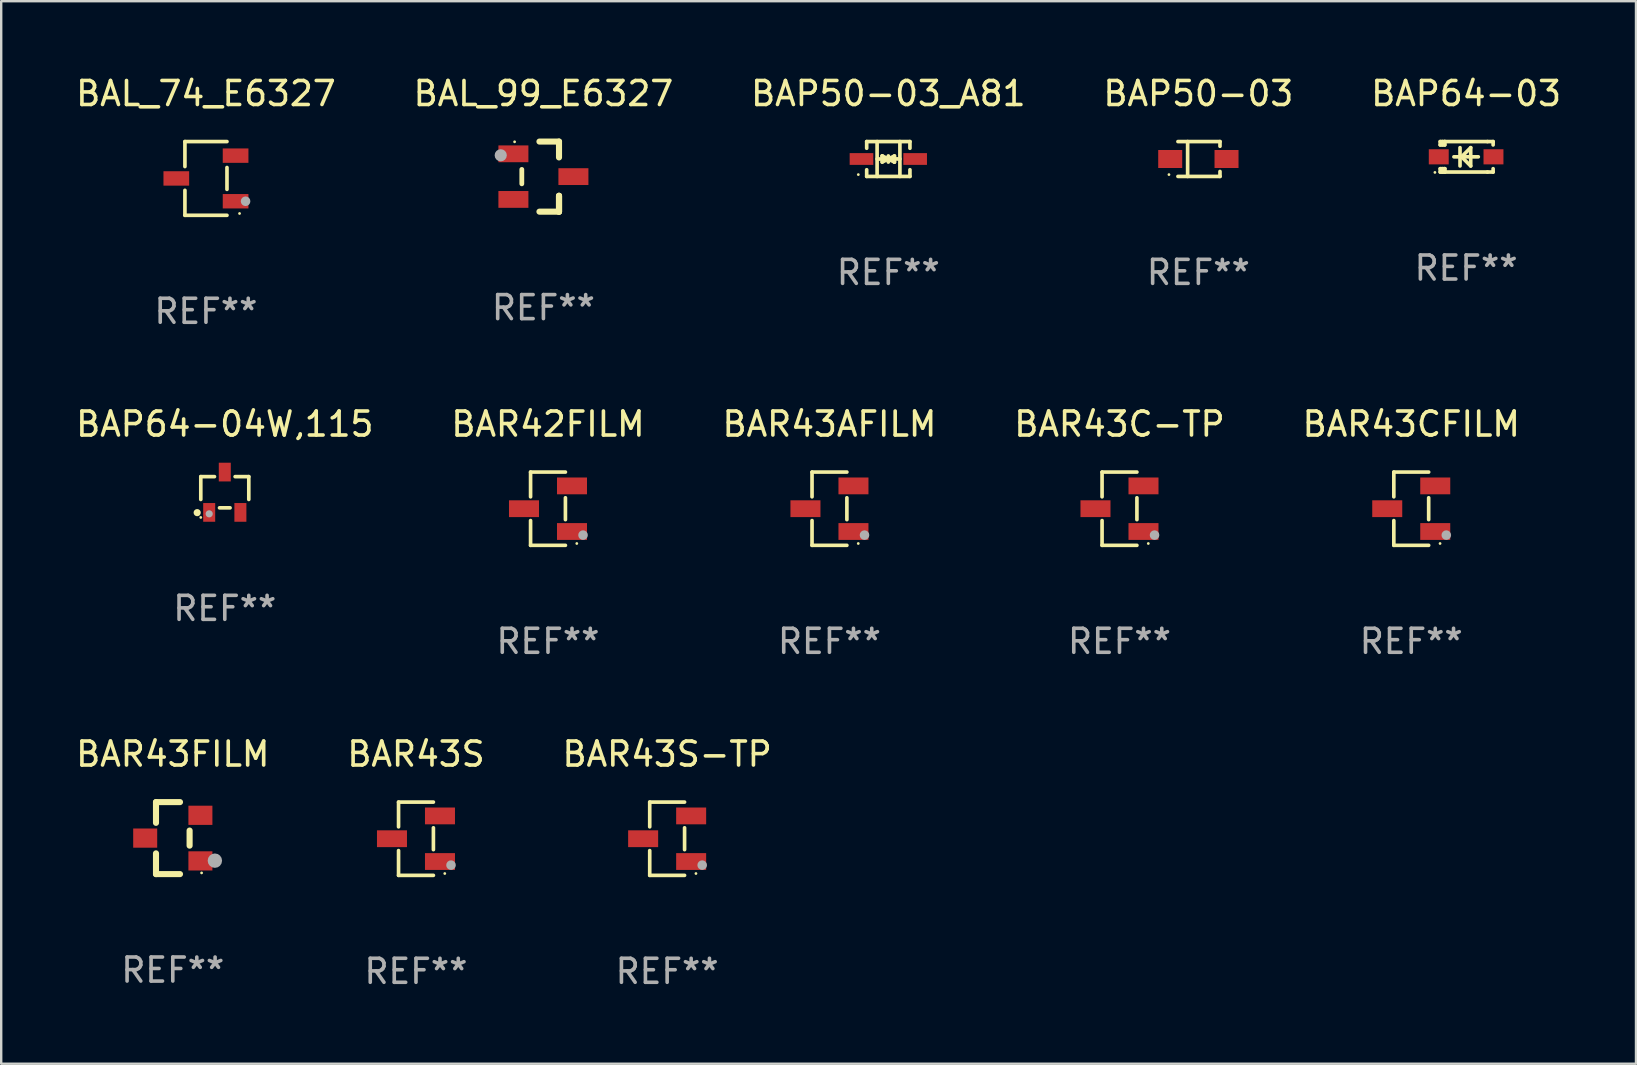
<source format=kicad_pcb>
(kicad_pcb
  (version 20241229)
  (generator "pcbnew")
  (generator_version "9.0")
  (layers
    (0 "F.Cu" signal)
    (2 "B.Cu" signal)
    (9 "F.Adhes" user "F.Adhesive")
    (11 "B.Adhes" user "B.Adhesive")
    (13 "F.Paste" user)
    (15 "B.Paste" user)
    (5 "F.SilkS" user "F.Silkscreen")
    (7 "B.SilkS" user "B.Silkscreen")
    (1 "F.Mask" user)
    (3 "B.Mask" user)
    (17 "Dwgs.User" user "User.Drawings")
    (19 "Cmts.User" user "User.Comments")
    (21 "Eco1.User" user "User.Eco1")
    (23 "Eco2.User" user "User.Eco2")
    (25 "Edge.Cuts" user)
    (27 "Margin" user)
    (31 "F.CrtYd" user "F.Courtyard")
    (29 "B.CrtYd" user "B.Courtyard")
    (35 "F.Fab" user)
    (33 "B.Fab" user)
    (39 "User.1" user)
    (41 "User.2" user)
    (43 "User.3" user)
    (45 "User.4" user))
  (footprint "BAR43FILM"
    (layer "F.Cu")
    (at 4.149 31.866)
    (property "Reference" "BAR43FILM" (at 0 -3.5 0) (layer "F.SilkS") (effects (font (size 1 1) (thickness 0.15))))
    (attr through_hole)
    (fp_line (start -0.7 -1.5) (end 0.3 -1.5) (stroke (width 0.254) (type solid)) (layer "F.SilkS"))
    (fp_line (start -0.7 -0.636) (end -0.7 -1.5) (stroke (width 0.254) (type solid)) (layer "F.SilkS"))
    (fp_line (start -0.7 1.5) (end -0.7 0.636) (stroke (width 0.254) (type solid)) (layer "F.SilkS"))
    (fp_line (start -0.7 1.5) (end 0.3 1.5) (stroke (width 0.254) (type solid)) (layer "F.SilkS"))
    (fp_line (start 0.7 0.314) (end 0.7 -0.314) (stroke (width 0.254) (type solid)) (layer "F.SilkS"))
    (fp_circle (center 1.2 1.45) (end 1.23 1.45) (stroke (width 0.06) (type solid)) (fill no) (layer "F.SilkS"))
    (fp_circle (center 1.753 0.94) (end 1.903 0.94) (stroke (width 0.3) (type solid)) (fill no) (layer "F.Fab"))
    (fp_text user "REF**" (at 0 5.5 0) (layer "F.Fab") (effects (font (size 1 1) (thickness 0.15))))
    (pad "1" smd rect (at 1.15 0.95 180) (size 1 0.8) (layers "F.Cu" "F.Mask" "F.Paste"))
    (pad "2" smd rect (at 1.15 -0.95 180) (size 1 0.8) (layers "F.Cu" "F.Mask" "F.Paste"))
    (pad "3" smd rect (at -1.15 -0.000051 180) (size 1 0.8) (layers "F.Cu" "F.Mask" "F.Paste")))
  (footprint "BAR42FILM"
    (layer "F.Cu")
    (at 19.78 18.143)
    (property "Reference" "BAR42FILM" (at 0 -3.526 0) (layer "F.SilkS") (effects (font (size 1 1) (thickness 0.15))))
    (attr through_hole)
    (fp_line (start -0.726 -1.526) (end -0.726 -0.495) (stroke (width 0.152) (type solid)) (layer "F.SilkS"))
    (fp_line (start -0.726 1.526) (end -0.726 0.495) (stroke (width 0.152) (type solid)) (layer "F.SilkS"))
    (fp_line (start 0.726 -1.526) (end -0.726 -1.526) (stroke (width 0.152) (type solid)) (layer "F.SilkS"))
    (fp_line (start 0.726 -0.455) (end 0.726 0.455) (stroke (width 0.152) (type solid)) (layer "F.SilkS"))
    (fp_line (start 0.726 1.526) (end -0.726 1.526) (stroke (width 0.152) (type solid)) (layer "F.SilkS"))
    (fp_circle (center 1.2 1.45) (end 1.23 1.45) (stroke (width 0.06) (type solid)) (fill no) (layer "F.SilkS"))
    (fp_circle (center 1.46 1.1) (end 1.56 1.1) (stroke (width 0.2) (type solid)) (fill no) (layer "F.Fab"))
    (fp_text user "REF**" (at 0 5.526 0) (layer "F.Fab") (effects (font (size 1 1) (thickness 0.15))))
    (pad "1" smd rect (at 1 0.95) (size 1.25 0.7) (layers "F.Cu" "F.Mask" "F.Paste"))
    (pad "2" smd rect (at 1 -0.95) (size 1.25 0.7) (layers "F.Cu" "F.Mask" "F.Paste"))
    (pad "3" smd rect (at -1 0) (size 1.25 0.7) (layers "F.Cu" "F.Mask" "F.Paste")))
  (footprint "BAR43CFILM"
    (layer "F.Cu")
    (at 55.744 18.143)
    (property "Reference" "BAR43CFILM" (at 0 -3.526 0) (layer "F.SilkS") (effects (font (size 1 1) (thickness 0.15))))
    (attr through_hole)
    (fp_line (start -0.726 -1.526) (end -0.726 -0.495) (stroke (width 0.152) (type solid)) (layer "F.SilkS"))
    (fp_line (start -0.726 1.526) (end -0.726 0.495) (stroke (width 0.152) (type solid)) (layer "F.SilkS"))
    (fp_line (start 0.726 -1.526) (end -0.726 -1.526) (stroke (width 0.152) (type solid)) (layer "F.SilkS"))
    (fp_line (start 0.726 -0.455) (end 0.726 0.455) (stroke (width 0.152) (type solid)) (layer "F.SilkS"))
    (fp_line (start 0.726 1.526) (end -0.726 1.526) (stroke (width 0.152) (type solid)) (layer "F.SilkS"))
    (fp_circle (center 1.2 1.45) (end 1.23 1.45) (stroke (width 0.06) (type solid)) (fill no) (layer "F.SilkS"))
    (fp_circle (center 1.46 1.1) (end 1.56 1.1) (stroke (width 0.2) (type solid)) (fill no) (layer "F.Fab"))
    (fp_text user "REF**" (at 0 5.526 0) (layer "F.Fab") (effects (font (size 1 1) (thickness 0.15))))
    (pad "1" smd rect (at 1 0.95) (size 1.25 0.7) (layers "F.Cu" "F.Mask" "F.Paste"))
    (pad "2" smd rect (at 1 -0.95) (size 1.25 0.7) (layers "F.Cu" "F.Mask" "F.Paste"))
    (pad "3" smd rect (at -1 0) (size 1.25 0.7) (layers "F.Cu" "F.Mask" "F.Paste")))
  (footprint "BAP64-03"
    (layer "F.Cu")
    (at 58.03 3.483)
    (property "Reference" "BAP64-03" (at 0 -2.635 0) (layer "F.SilkS") (effects (font (size 1 1) (thickness 0.15))))
    (attr through_hole)
    (fp_line (start -1.08 -0.635) (end -1.08 -0.495) (stroke (width 0.152) (type solid)) (layer "F.SilkS"))
    (fp_line (start -1.08 0.495) (end -1.08 0.635) (stroke (width 0.152) (type solid)) (layer "F.SilkS"))
    (fp_line (start -1.08 0.495) (end -0.889 0.495) (stroke (width 0.152) (type solid)) (layer "F.SilkS"))
    (fp_line (start -1.08 0.635) (end -0.889 0.635) (stroke (width 0.152) (type solid)) (layer "F.SilkS"))
    (fp_line (start -1.003 0.635) (end -0.986 0.635) (stroke (width 0.152) (type solid)) (layer "F.SilkS"))
    (fp_line (start -0.986 -0.495) (end -0.986 -0.635) (stroke (width 0.152) (type solid)) (layer "F.SilkS"))
    (fp_line (start -0.986 0.635) (end -0.986 0.495) (stroke (width 0.152) (type solid)) (layer "F.SilkS"))
    (fp_line (start -0.889 -0.635) (end -1.08 -0.635) (stroke (width 0.152) (type solid)) (layer "F.SilkS"))
    (fp_line (start -0.889 -0.635) (end -0.889 -0.595) (stroke (width 0.152) (type solid)) (layer "F.SilkS"))
    (fp_line (start -0.889 -0.635) (end 0.889 -0.635) (stroke (width 0.152) (type solid)) (layer "F.SilkS"))
    (fp_line (start -0.889 -0.595) (end -0.889 -0.495) (stroke (width 0.152) (type solid)) (layer "F.SilkS"))
    (fp_line (start -0.889 -0.495) (end -1.08 -0.495) (stroke (width 0.152) (type solid)) (layer "F.SilkS"))
    (fp_line (start -0.889 0.495) (end -0.889 0.595) (stroke (width 0.152) (type solid)) (layer "F.SilkS"))
    (fp_line (start -0.889 0.495) (end -0.889 0.495) (stroke (width 0.152) (type solid)) (layer "F.SilkS"))
    (fp_line (start -0.889 0.595) (end -0.889 0.635) (stroke (width 0.152) (type solid)) (layer "F.SilkS"))
    (fp_line (start -0.889 0.635) (end 0.889 0.635) (stroke (width 0.152) (type solid)) (layer "F.SilkS"))
    (fp_line (start -0.254 -0.381) (end -0.254 0.381) (stroke (width 0.152) (type solid)) (layer "F.SilkS"))
    (fp_line (start -0.191 0) (end -0.191 0) (stroke (width 0.152) (type solid)) (layer "F.SilkS"))
    (fp_line (start -0.191 0) (end 0.191 -0.381) (stroke (width 0.152) (type solid)) (layer "F.SilkS"))
    (fp_line (start 0.191 -0.381) (end 0.191 0.381) (stroke (width 0.152) (type solid)) (layer "F.SilkS"))
    (fp_line (start 0.191 0.381) (end -0.191 0) (stroke (width 0.152) (type solid)) (layer "F.SilkS"))
    (fp_line (start 0.508 0) (end -0.508 0) (stroke (width 0.152) (type solid)) (layer "F.SilkS"))
    (fp_line (start 0.889 -0.635) (end 1.125 -0.635) (stroke (width 0.152) (type solid)) (layer "F.SilkS"))
    (fp_line (start 1.125 -0.635) (end 1.125 -0.495) (stroke (width 0.152) (type solid)) (layer "F.SilkS"))
    (fp_line (start 1.125 0.495) (end 1.125 0.635) (stroke (width 0.152) (type solid)) (layer "F.SilkS"))
    (fp_line (start 1.125 0.635) (end 0.889 0.635) (stroke (width 0.152) (type solid)) (layer "F.SilkS"))
    (fp_circle (center -1.3 0.65) (end -1.27 0.65) (stroke (width 0.06) (type solid)) (fill no) (layer "F.SilkS"))
    (fp_text user "REF**" (at 0 4.635 0) (layer "F.Fab") (effects (font (size 1 1) (thickness 0.15))))
    (pad "1" smd rect (at -1.14 0 90) (size 0.63 0.83) (layers "F.Cu" "F.Mask" "F.Paste"))
    (pad "2" smd rect (at 1.14 0 90) (size 0.63 0.83) (layers "F.Cu" "F.Mask" "F.Paste")))
  (footprint "BAL_99_E6327"
    (layer "F.Cu")
    (at 19.589 4.308)
    (property "Reference" "BAL_99_E6327" (at 0 -3.46 0) (layer "F.SilkS") (effects (font (size 1 1) (thickness 0.15))))
    (attr through_hole)
    (fp_line (start -0.9 -0.3) (end -0.9 0.3) (stroke (width 0.2) (type solid)) (layer "F.SilkS"))
    (fp_line (start -0.165 -1.46) (end 0.65 -1.46) (stroke (width 0.254) (type solid)) (layer "F.SilkS"))
    (fp_line (start 0.65 -1.46) (end 0.65 -0.8) (stroke (width 0.254) (type solid)) (layer "F.SilkS"))
    (fp_line (start 0.65 0.8) (end 0.65 1.46) (stroke (width 0.254) (type solid)) (layer "F.SilkS"))
    (fp_line (start 0.65 0.8) (end 0.65 1.46) (stroke (width 0.254) (type solid)) (layer "F.SilkS"))
    (fp_line (start 0.65 1.46) (end -0.165 1.46) (stroke (width 0.254) (type solid)) (layer "F.SilkS"))
    (fp_line (start 0.65 1.46) (end 0.65 0.8) (stroke (width 0.254) (type solid)) (layer "F.SilkS"))
    (fp_circle (center -1.2 -1.45) (end -1.17 -1.45) (stroke (width 0.06) (type solid)) (fill no) (layer "F.SilkS"))
    (fp_circle (center -1.778 -0.889) (end -1.651 -0.889) (stroke (width 0.254) (type solid)) (fill no) (layer "F.Fab"))
    (fp_text user "REF**" (at 0 5.46 0) (layer "F.Fab") (effects (font (size 1 1) (thickness 0.15))))
    (pad "1" smd rect (at -1.25 -0.95 90) (size 0.7 1.25) (layers "F.Cu" "F.Mask" "F.Paste"))
    (pad "2" smd rect (at -1.25 0.95 90) (size 0.7 1.25) (layers "F.Cu" "F.Mask" "F.Paste"))
    (pad "3" smd rect (at 1.25 -0.000051 90) (size 0.7 1.25) (layers "F.Cu" "F.Mask" "F.Paste")))
  (footprint "BAP50-03_A81"
    (layer "F.Cu")
    (at 33.958 3.574)
    (property "Reference" "BAP50-03_A81" (at 0 -2.726 0) (layer "F.SilkS") (effects (font (size 1 1) (thickness 0.15))))
    (attr through_hole)
    (fp_line (start -0.901 -0.726) (end -0.901 -0.448) (stroke (width 0.152) (type solid)) (layer "F.SilkS"))
    (fp_line (start -0.901 0.726) (end -0.901 0.448) (stroke (width 0.152) (type solid)) (layer "F.SilkS"))
    (fp_line (start -0.467 0) (end 0.483 -0.003) (stroke (width 0.154) (type solid)) (layer "F.SilkS"))
    (fp_line (start -0.467 0.726) (end -0.467 -0.726) (stroke (width 0.152) (type solid)) (layer "F.SilkS"))
    (fp_line (start -0.254 -0.127) (end -0.254 -0.127) (stroke (width 0.154) (type solid)) (layer "F.SilkS"))
    (fp_line (start -0.254 -0.127) (end -0.002 -0.003) (stroke (width 0.154) (type solid)) (layer "F.SilkS"))
    (fp_line (start -0.254 0.127) (end -0.254 -0.127) (stroke (width 0.154) (type solid)) (layer "F.SilkS"))
    (fp_line (start -0.127 0) (end 0.003 0) (stroke (width 0.154) (type solid)) (layer "F.SilkS"))
    (fp_line (start -0.003 0) (end -0.254 0.127) (stroke (width 0.154) (type solid)) (layer "F.SilkS"))
    (fp_line (start 0 -0.127) (end 0 0.127) (stroke (width 0.154) (type solid)) (layer "F.SilkS"))
    (fp_line (start 0.003 0) (end 0.254 -0.127) (stroke (width 0.154) (type solid)) (layer "F.SilkS"))
    (fp_line (start 0.127 0) (end -0.003 0) (stroke (width 0.154) (type solid)) (layer "F.SilkS"))
    (fp_line (start 0.254 -0.127) (end 0.254 0.127) (stroke (width 0.154) (type solid)) (layer "F.SilkS"))
    (fp_line (start 0.254 0.127) (end 0.002 0.003) (stroke (width 0.154) (type solid)) (layer "F.SilkS"))
    (fp_line (start 0.254 0.127) (end 0.254 0.127) (stroke (width 0.154) (type solid)) (layer "F.SilkS"))
    (fp_line (start 0.483 0.726) (end 0.483 -0.726) (stroke (width 0.152) (type solid)) (layer "F.SilkS"))
    (fp_line (start 0.901 -0.726) (end -0.901 -0.726) (stroke (width 0.152) (type solid)) (layer "F.SilkS"))
    (fp_line (start 0.901 -0.726) (end 0.901 -0.448) (stroke (width 0.152) (type solid)) (layer "F.SilkS"))
    (fp_line (start 0.901 0.726) (end -0.901 0.726) (stroke (width 0.152) (type solid)) (layer "F.SilkS"))
    (fp_line (start 0.901 0.726) (end 0.901 0.448) (stroke (width 0.152) (type solid)) (layer "F.SilkS"))
    (fp_circle (center -1.25 0.65) (end -1.22 0.65) (stroke (width 0.06) (type solid)) (fill no) (layer "F.SilkS"))
    (fp_text user "REF**" (at 0 4.726 0) (layer "F.Fab") (effects (font (size 1 1) (thickness 0.15))))
    (pad "1" smd rect (at -1.118 0) (size 0.985 0.49) (layers "F.Cu" "F.Mask" "F.Paste"))
    (pad "2" smd rect (at 1.118 0) (size 0.985 0.49) (layers "F.Cu" "F.Mask" "F.Paste")))
  (footprint "BAP50-03"
    (layer "F.Cu")
    (at 46.875 3.574)
    (property "Reference" "BAP50-03" (at 0 -2.726 0) (layer "F.SilkS") (effects (font (size 1 1) (thickness 0.15))))
    (attr through_hole)
    (fp_line (start -0.851 -0.726) (end 0.901 -0.726) (stroke (width 0.152) (type solid)) (layer "F.SilkS"))
    (fp_line (start -0.851 0.726) (end 0.901 0.726) (stroke (width 0.152) (type solid)) (layer "F.SilkS"))
    (fp_line (start -0.447 -0.726) (end -0.447 0.726) (stroke (width 0.152) (type solid)) (layer "F.SilkS"))
    (fp_line (start 0.901 -0.726) (end 0.901 -0.53) (stroke (width 0.152) (type solid)) (layer "F.SilkS"))
    (fp_line (start 0.901 0.726) (end 0.901 0.52) (stroke (width 0.152) (type solid)) (layer "F.SilkS"))
    (fp_circle (center -1.225 0.65) (end -1.195 0.65) (stroke (width 0.06) (type solid)) (fill no) (layer "F.SilkS"))
    (fp_text user "REF**" (at 0 4.726 0) (layer "F.Fab") (effects (font (size 1 1) (thickness 0.15))))
    (pad "1" smd rect (at -1.173 0) (size 1 0.75) (layers "F.Cu" "F.Mask" "F.Paste"))
    (pad "2" smd rect (at 1.173 0) (size 1 0.75) (layers "F.Cu" "F.Mask" "F.Paste")))
  (footprint "BAL_74_E6327"
    (layer "F.Cu")
    (at 5.53 4.384)
    (property "Reference" "BAL_74_E6327" (at 0 -3.536 0) (layer "F.SilkS") (effects (font (size 1 1) (thickness 0.15))))
    (attr through_hole)
    (fp_line (start -0.876 -1.536) (end -0.876 -0.495) (stroke (width 0.152) (type solid)) (layer "F.SilkS"))
    (fp_line (start -0.876 1.536) (end -0.876 0.495) (stroke (width 0.152) (type solid)) (layer "F.SilkS"))
    (fp_line (start 0.876 -1.536) (end -0.876 -1.536) (stroke (width 0.152) (type solid)) (layer "F.SilkS"))
    (fp_line (start 0.876 -0.455) (end 0.876 0.455) (stroke (width 0.152) (type solid)) (layer "F.SilkS"))
    (fp_line (start 0.876 1.536) (end -0.876 1.536) (stroke (width 0.152) (type solid)) (layer "F.SilkS"))
    (fp_circle (center 1.4 1.46) (end 1.43 1.46) (stroke (width 0.06) (type solid)) (fill no) (layer "F.SilkS"))
    (fp_circle (center 1.651 0.95) (end 1.751 0.95) (stroke (width 0.2) (type solid)) (fill no) (layer "F.Fab"))
    (fp_text user "REF**" (at 0 5.536 0) (layer "F.Fab") (effects (font (size 1 1) (thickness 0.15))))
    (pad "1" smd rect (at 1.235 0.95) (size 1.07 0.6) (layers "F.Cu" "F.Mask" "F.Paste"))
    (pad "2" smd rect (at 1.235 -0.95) (size 1.07 0.6) (layers "F.Cu" "F.Mask" "F.Paste"))
    (pad "3" smd rect (at -1.235 0) (size 1.07 0.6) (layers "F.Cu" "F.Mask" "F.Paste")))
  (footprint "BAP64-04W,115"
    (layer "F.Cu")
    (at 6.315 17.457)
    (property "Reference" "BAP64-04W,115" (at 0 -2.84 0) (layer "F.SilkS") (effects (font (size 1 1) (thickness 0.15))))
    (attr through_hole)
    (fp_line (start -1 -0.65) (end -1 0.3) (stroke (width 0.152) (type solid)) (layer "F.SilkS"))
    (fp_line (start -0.43 -0.65) (end -1 -0.65) (stroke (width 0.152) (type solid)) (layer "F.SilkS"))
    (fp_line (start 0.22 0.65) (end -0.22 0.65) (stroke (width 0.152) (type solid)) (layer "F.SilkS"))
    (fp_line (start 1 -0.65) (end 0.43 -0.65) (stroke (width 0.152) (type solid)) (layer "F.SilkS"))
    (fp_line (start 1 -0.65) (end 1 0.3) (stroke (width 0.152) (type solid)) (layer "F.SilkS"))
    (fp_circle (center -1.15 0.85) (end -1.075 0.85) (stroke (width 0.15) (type solid)) (fill no) (layer "F.SilkS"))
    (fp_circle (center -1 1.05) (end -0.97 1.05) (stroke (width 0.06) (type solid)) (fill no) (layer "F.SilkS"))
    (fp_circle (center -0.65 0.9) (end -0.575 0.9) (stroke (width 0.15) (type solid)) (fill no) (layer "F.Fab"))
    (fp_text user "REF**" (at 0 4.84 0) (layer "F.Fab") (effects (font (size 1 1) (thickness 0.15))))
    (pad "1" smd rect (at -0.65 0.84) (size 0.5 0.78) (layers "F.Cu" "F.Mask" "F.Paste"))
    (pad "2" smd rect (at 0.65 0.84) (size 0.5 0.78) (layers "F.Cu" "F.Mask" "F.Paste"))
    (pad "3" smd rect (at 0 -0.84) (size 0.5 0.78) (layers "F.Cu" "F.Mask" "F.Paste")))
  (footprint "BAR43C-TP"
    (layer "F.Cu")
    (at 43.589 18.143)
    (property "Reference" "BAR43C-TP" (at 0 -3.526 0) (layer "F.SilkS") (effects (font (size 1 1) (thickness 0.15))))
    (attr through_hole)
    (fp_line (start -0.726 -1.526) (end -0.726 -0.495) (stroke (width 0.152) (type solid)) (layer "F.SilkS"))
    (fp_line (start -0.726 1.526) (end -0.726 0.495) (stroke (width 0.152) (type solid)) (layer "F.SilkS"))
    (fp_line (start 0.726 -1.526) (end -0.726 -1.526) (stroke (width 0.152) (type solid)) (layer "F.SilkS"))
    (fp_line (start 0.726 -0.455) (end 0.726 0.455) (stroke (width 0.152) (type solid)) (layer "F.SilkS"))
    (fp_line (start 0.726 1.526) (end -0.726 1.526) (stroke (width 0.152) (type solid)) (layer "F.SilkS"))
    (fp_circle (center 1.2 1.45) (end 1.23 1.45) (stroke (width 0.06) (type solid)) (fill no) (layer "F.SilkS"))
    (fp_circle (center 1.46 1.1) (end 1.56 1.1) (stroke (width 0.2) (type solid)) (fill no) (layer "F.Fab"))
    (fp_text user "REF**" (at 0 5.526 0) (layer "F.Fab") (effects (font (size 1 1) (thickness 0.15))))
    (pad "1" smd rect (at 1 0.95) (size 1.25 0.7) (layers "F.Cu" "F.Mask" "F.Paste"))
    (pad "2" smd rect (at 1 -0.95) (size 1.25 0.7) (layers "F.Cu" "F.Mask" "F.Paste"))
    (pad "3" smd rect (at -1 0) (size 1.25 0.7) (layers "F.Cu" "F.Mask" "F.Paste")))
  (footprint "BAR43S"
    (layer "F.Cu")
    (at 14.28 31.892)
    (property "Reference" "BAR43S" (at 0 -3.526 0) (layer "F.SilkS") (effects (font (size 1 1) (thickness 0.15))))
    (attr through_hole)
    (fp_line (start -0.726 -1.526) (end -0.726 -0.495) (stroke (width 0.152) (type solid)) (layer "F.SilkS"))
    (fp_line (start -0.726 1.526) (end -0.726 0.495) (stroke (width 0.152) (type solid)) (layer "F.SilkS"))
    (fp_line (start 0.726 -1.526) (end -0.726 -1.526) (stroke (width 0.152) (type solid)) (layer "F.SilkS"))
    (fp_line (start 0.726 -0.455) (end 0.726 0.455) (stroke (width 0.152) (type solid)) (layer "F.SilkS"))
    (fp_line (start 0.726 1.526) (end -0.726 1.526) (stroke (width 0.152) (type solid)) (layer "F.SilkS"))
    (fp_circle (center 1.2 1.45) (end 1.23 1.45) (stroke (width 0.06) (type solid)) (fill no) (layer "F.SilkS"))
    (fp_circle (center 1.46 1.1) (end 1.56 1.1) (stroke (width 0.2) (type solid)) (fill no) (layer "F.Fab"))
    (fp_text user "REF**" (at 0 5.526 0) (layer "F.Fab") (effects (font (size 1 1) (thickness 0.15))))
    (pad "1" smd rect (at 1 0.95) (size 1.25 0.7) (layers "F.Cu" "F.Mask" "F.Paste"))
    (pad "2" smd rect (at 1 -0.95) (size 1.25 0.7) (layers "F.Cu" "F.Mask" "F.Paste"))
    (pad "3" smd rect (at -1 0) (size 1.25 0.7) (layers "F.Cu" "F.Mask" "F.Paste")))
  (footprint "BAR43S-TP"
    (layer "F.Cu")
    (at 24.744 31.892)
    (property "Reference" "BAR43S-TP" (at 0 -3.526 0) (layer "F.SilkS") (effects (font (size 1 1) (thickness 0.15))))
    (attr through_hole)
    (fp_line (start -0.726 -1.526) (end -0.726 -0.495) (stroke (width 0.152) (type solid)) (layer "F.SilkS"))
    (fp_line (start -0.726 1.526) (end -0.726 0.495) (stroke (width 0.152) (type solid)) (layer "F.SilkS"))
    (fp_line (start 0.726 -1.526) (end -0.726 -1.526) (stroke (width 0.152) (type solid)) (layer "F.SilkS"))
    (fp_line (start 0.726 -0.455) (end 0.726 0.455) (stroke (width 0.152) (type solid)) (layer "F.SilkS"))
    (fp_line (start 0.726 1.526) (end -0.726 1.526) (stroke (width 0.152) (type solid)) (layer "F.SilkS"))
    (fp_circle (center 1.2 1.45) (end 1.23 1.45) (stroke (width 0.06) (type solid)) (fill no) (layer "F.SilkS"))
    (fp_circle (center 1.46 1.1) (end 1.56 1.1) (stroke (width 0.2) (type solid)) (fill no) (layer "F.Fab"))
    (fp_text user "REF**" (at 0 5.526 0) (layer "F.Fab") (effects (font (size 1 1) (thickness 0.15))))
    (pad "1" smd rect (at 1 0.95) (size 1.25 0.7) (layers "F.Cu" "F.Mask" "F.Paste"))
    (pad "2" smd rect (at 1 -0.95) (size 1.25 0.7) (layers "F.Cu" "F.Mask" "F.Paste"))
    (pad "3" smd rect (at -1 0) (size 1.25 0.7) (layers "F.Cu" "F.Mask" "F.Paste")))
  (footprint "BAR43AFILM"
    (layer "F.Cu")
    (at 31.506 18.143)
    (property "Reference" "BAR43AFILM" (at 0 -3.526 0) (layer "F.SilkS") (effects (font (size 1 1) (thickness 0.15))))
    (attr through_hole)
    (fp_line (start -0.726 -1.526) (end -0.726 -0.495) (stroke (width 0.152) (type solid)) (layer "F.SilkS"))
    (fp_line (start -0.726 1.526) (end -0.726 0.495) (stroke (width 0.152) (type solid)) (layer "F.SilkS"))
    (fp_line (start 0.726 -1.526) (end -0.726 -1.526) (stroke (width 0.152) (type solid)) (layer "F.SilkS"))
    (fp_line (start 0.726 -0.455) (end 0.726 0.455) (stroke (width 0.152) (type solid)) (layer "F.SilkS"))
    (fp_line (start 0.726 1.526) (end -0.726 1.526) (stroke (width 0.152) (type solid)) (layer "F.SilkS"))
    (fp_circle (center 1.2 1.45) (end 1.23 1.45) (stroke (width 0.06) (type solid)) (fill no) (layer "F.SilkS"))
    (fp_circle (center 1.46 1.1) (end 1.56 1.1) (stroke (width 0.2) (type solid)) (fill no) (layer "F.Fab"))
    (fp_text user "REF**" (at 0 5.526 0) (layer "F.Fab") (effects (font (size 1 1) (thickness 0.15))))
    (pad "1" smd rect (at 1 0.95) (size 1.25 0.7) (layers "F.Cu" "F.Mask" "F.Paste"))
    (pad "2" smd rect (at 1 -0.95) (size 1.25 0.7) (layers "F.Cu" "F.Mask" "F.Paste"))
    (pad "3" smd rect (at -1 0) (size 1.25 0.7) (layers "F.Cu" "F.Mask" "F.Paste")))
  (gr_rect
    (start -3 -3)
    (end 65.107 41.267)
    (stroke (width 0.1) (type default))
    (fill no)
    (layer "Edge.Cuts")))
</source>
